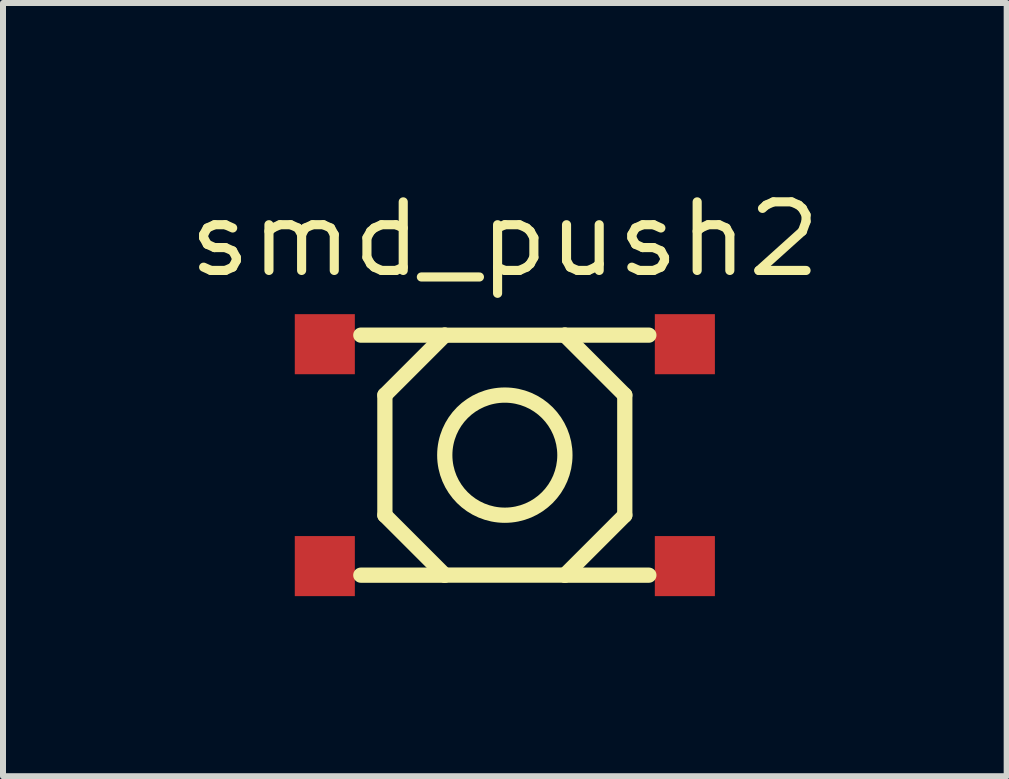
<source format=kicad_pcb>
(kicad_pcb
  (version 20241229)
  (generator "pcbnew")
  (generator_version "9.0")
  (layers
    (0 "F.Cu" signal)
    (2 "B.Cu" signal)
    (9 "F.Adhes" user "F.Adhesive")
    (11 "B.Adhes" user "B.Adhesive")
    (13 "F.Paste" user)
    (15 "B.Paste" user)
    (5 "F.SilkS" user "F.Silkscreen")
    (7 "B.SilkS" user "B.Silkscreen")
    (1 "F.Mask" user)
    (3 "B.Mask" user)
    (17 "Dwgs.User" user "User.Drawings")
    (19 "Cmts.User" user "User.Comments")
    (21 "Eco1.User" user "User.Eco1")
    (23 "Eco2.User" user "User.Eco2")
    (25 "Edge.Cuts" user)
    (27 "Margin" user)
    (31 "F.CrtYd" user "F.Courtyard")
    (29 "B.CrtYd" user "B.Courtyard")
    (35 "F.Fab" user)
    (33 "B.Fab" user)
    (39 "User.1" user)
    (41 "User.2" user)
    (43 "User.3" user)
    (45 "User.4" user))
  (footprint "smd_push2"
    (layer "F.Cu")
    (at 5.363 4.535)
    (property "Reference" "smd_push2" (at 0 -3.599 0) (layer "F.SilkS") (effects (font (size 1.143 1.27) (thickness 0.152))))
    (attr through_hole)
    (fp_line (start -1.999 -1.001) (end -1.999 1.001) (stroke (width 0.254) (type solid)) (layer "F.SilkS"))
    (fp_line (start -1.999 1.001) (end -1.001 1.999) (stroke (width 0.254) (type solid)) (layer "F.SilkS"))
    (fp_line (start -1.001 -1.999) (end -1.999 -1.001) (stroke (width 0.254) (type solid)) (layer "F.SilkS"))
    (fp_line (start -1.001 1.999) (end 1.001 1.999) (stroke (width 0.254) (type solid)) (layer "F.SilkS"))
    (fp_line (start -1 -2) (end -2.4 -2) (stroke (width 0.254) (type solid)) (layer "F.SilkS"))
    (fp_line (start -1 2) (end -2.4 2) (stroke (width 0.254) (type solid)) (layer "F.SilkS"))
    (fp_line (start 1 -2) (end 2.4 -2) (stroke (width 0.254) (type solid)) (layer "F.SilkS"))
    (fp_line (start 1 2) (end 2.4 2) (stroke (width 0.254) (type solid)) (layer "F.SilkS"))
    (fp_line (start 1.001 -1.999) (end -1.001 -1.999) (stroke (width 0.254) (type solid)) (layer "F.SilkS"))
    (fp_line (start 1.001 1.999) (end 1.999 1.001) (stroke (width 0.254) (type solid)) (layer "F.SilkS"))
    (fp_line (start 1.999 -1.001) (end 1.001 -1.999) (stroke (width 0.254) (type solid)) (layer "F.SilkS"))
    (fp_line (start 1.999 1.001) (end 1.999 -1.001) (stroke (width 0.254) (type solid)) (layer "F.SilkS"))
    (fp_circle (center 0 0) (end -1.001 0) (stroke (width 0.254) (type solid)) (fill no) (layer "F.SilkS"))
    (pad "1" smd rect (at -3 -1.849) (size 1.001 1.001) (layers "F.Cu" "F.Mask" "F.Paste"))
    (pad "2" smd rect (at 3 -1.849) (size 1.001 1.001) (layers "F.Cu" "F.Mask" "F.Paste"))
    (pad "3" smd rect (at -3 1.849) (size 1.001 1.001) (layers "F.Cu" "F.Mask" "F.Paste"))
    (pad "4" smd rect (at 3 1.849) (size 1.001 1.001) (layers "F.Cu" "F.Mask" "F.Paste")))
  (gr_rect
    (start -3 -3)
    (end 13.726 9.885)
    (stroke (width 0.1) (type default))
    (fill no)
    (layer "Edge.Cuts")))
</source>
